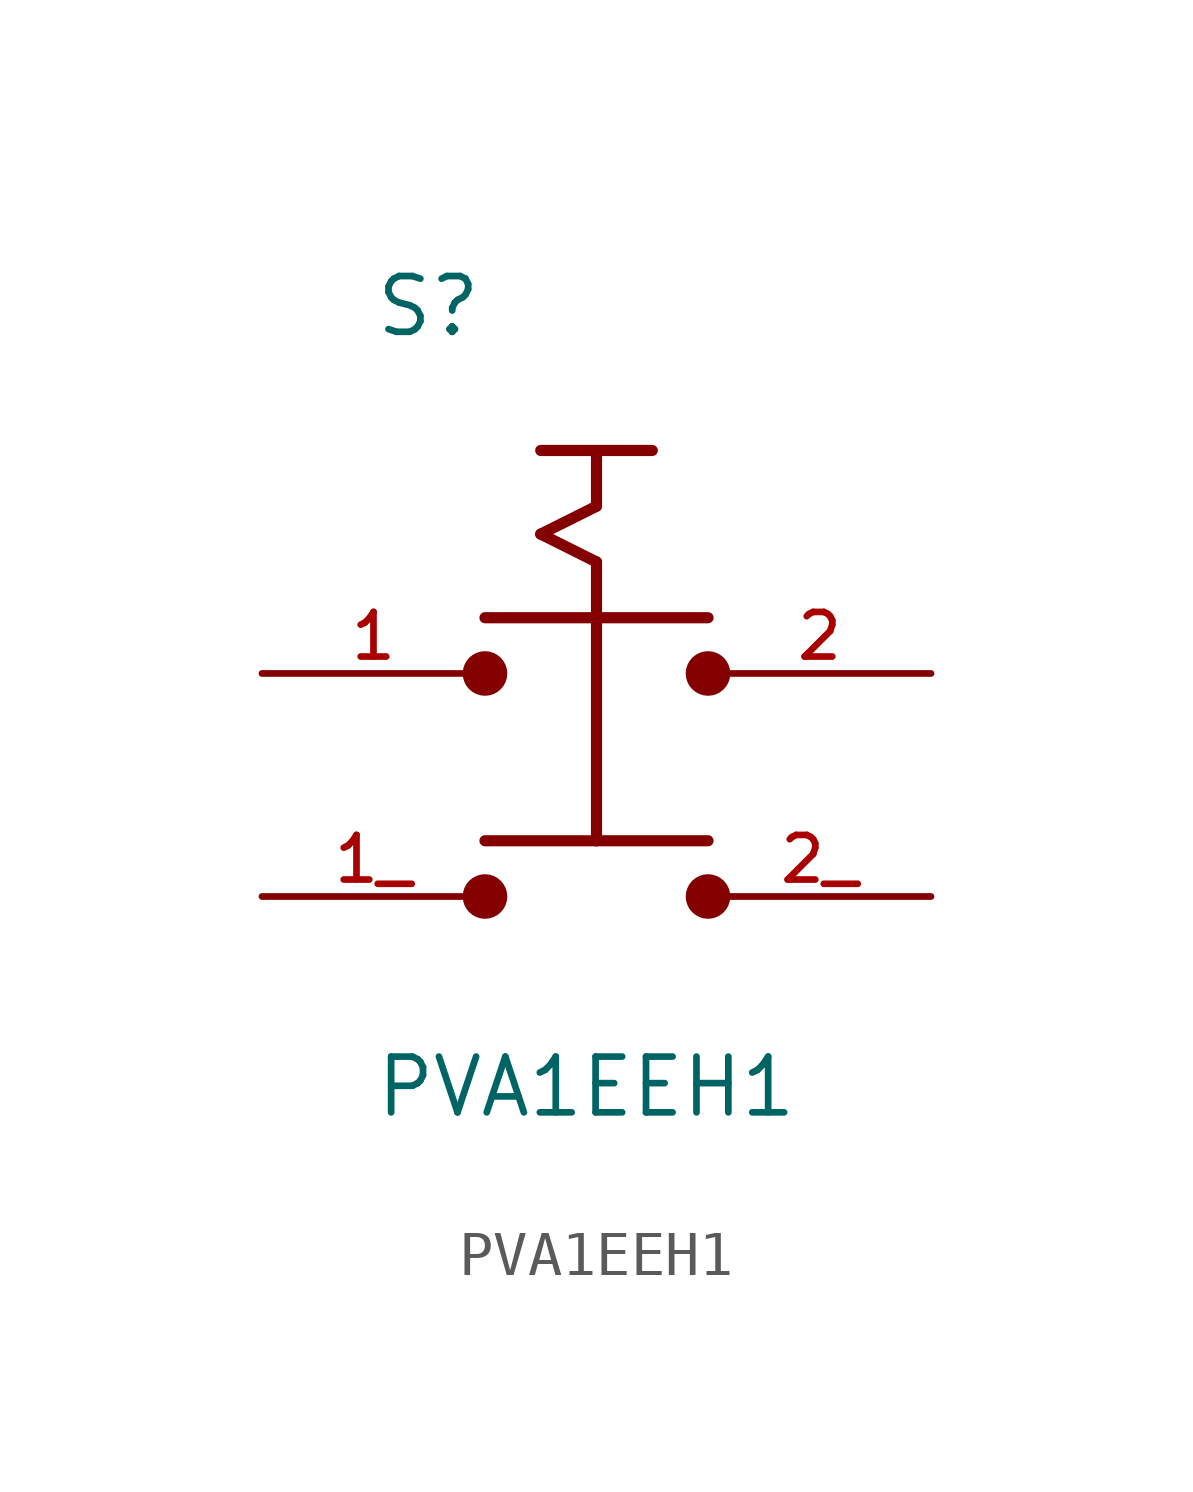
<source format=kicad_sym>
(kicad_symbol_lib
  (version 20211014)
  (generator kicad_symbol_editor)
  (symbol "PVA1EEH1"
    (pin_names
      (offset 1.016))
    (property "Reference" "S"
      (at -5.08 10.16 0)
      (effects (font (size 1.27 1.27)) (justify bottom left)))
    (property "Value" "PVA1EEH1"
      (at -5.08 -7.62 0)
      (effects (font (size 1.27 1.27)) (justify bottom left)))
    (symbol "PVA1EEH1_0_0"
      (circle (center -2.54 2.54) (radius 0.254) (stroke (width 0.508)) (fill (type none)))
      (circle (center 2.54 2.54) (radius 0.254) (stroke (width 0.508)) (fill (type none)))
      (polyline (pts (xy -2.54 3.81) (xy 2.54 3.81)) (stroke (width 0.254)))
      (circle (center -2.54 -2.54) (radius 0.254) (stroke (width 0.508)) (fill (type none)))
      (circle (center 2.54 -2.54) (radius 0.254) (stroke (width 0.508)) (fill (type none)))
      (polyline (pts (xy -2.54 -1.27) (xy 0.0 -1.27)) (stroke (width 0.254)))
      (polyline (pts (xy 0.0 -1.27) (xy 2.54 -1.27)) (stroke (width 0.254)))
      (polyline (pts (xy 0.0 -1.27) (xy 0.0 5.08)) (stroke (width 0.254)))
      (polyline (pts (xy 0.0 5.08) (xy -1.27 5.715)) (stroke (width 0.254)))
      (polyline (pts (xy -1.27 5.715) (xy 0.0 6.35)) (stroke (width 0.254)))
      (polyline (pts (xy 0.0 6.35) (xy 0.0 7.62)) (stroke (width 0.254)))
      (polyline (pts (xy -1.27 7.62) (xy 1.27 7.62)) (stroke (width 0.254)))
      (pin passive line (at -7.62 2.54 0) (length 5.08) (name "~" (effects (font (size 1.016 1.016)))) (number "1" (effects (font (size 1.016 1.016)))))
      (pin passive line (at 7.62 2.54 180.0) (length 5.08) (name "~" (effects (font (size 1.016 1.016)))) (number "2" (effects (font (size 1.016 1.016)))))
      (pin passive line (at -7.62 -2.54 0) (length 5.08) (name "~" (effects (font (size 1.016 1.016)))) (number "1_" (effects (font (size 1.016 1.016)))))
      (pin passive line (at 7.62 -2.54 180.0) (length 5.08) (name "~" (effects (font (size 1.016 1.016)))) (number "2_" (effects (font (size 1.016 1.016))))))))
</source>
